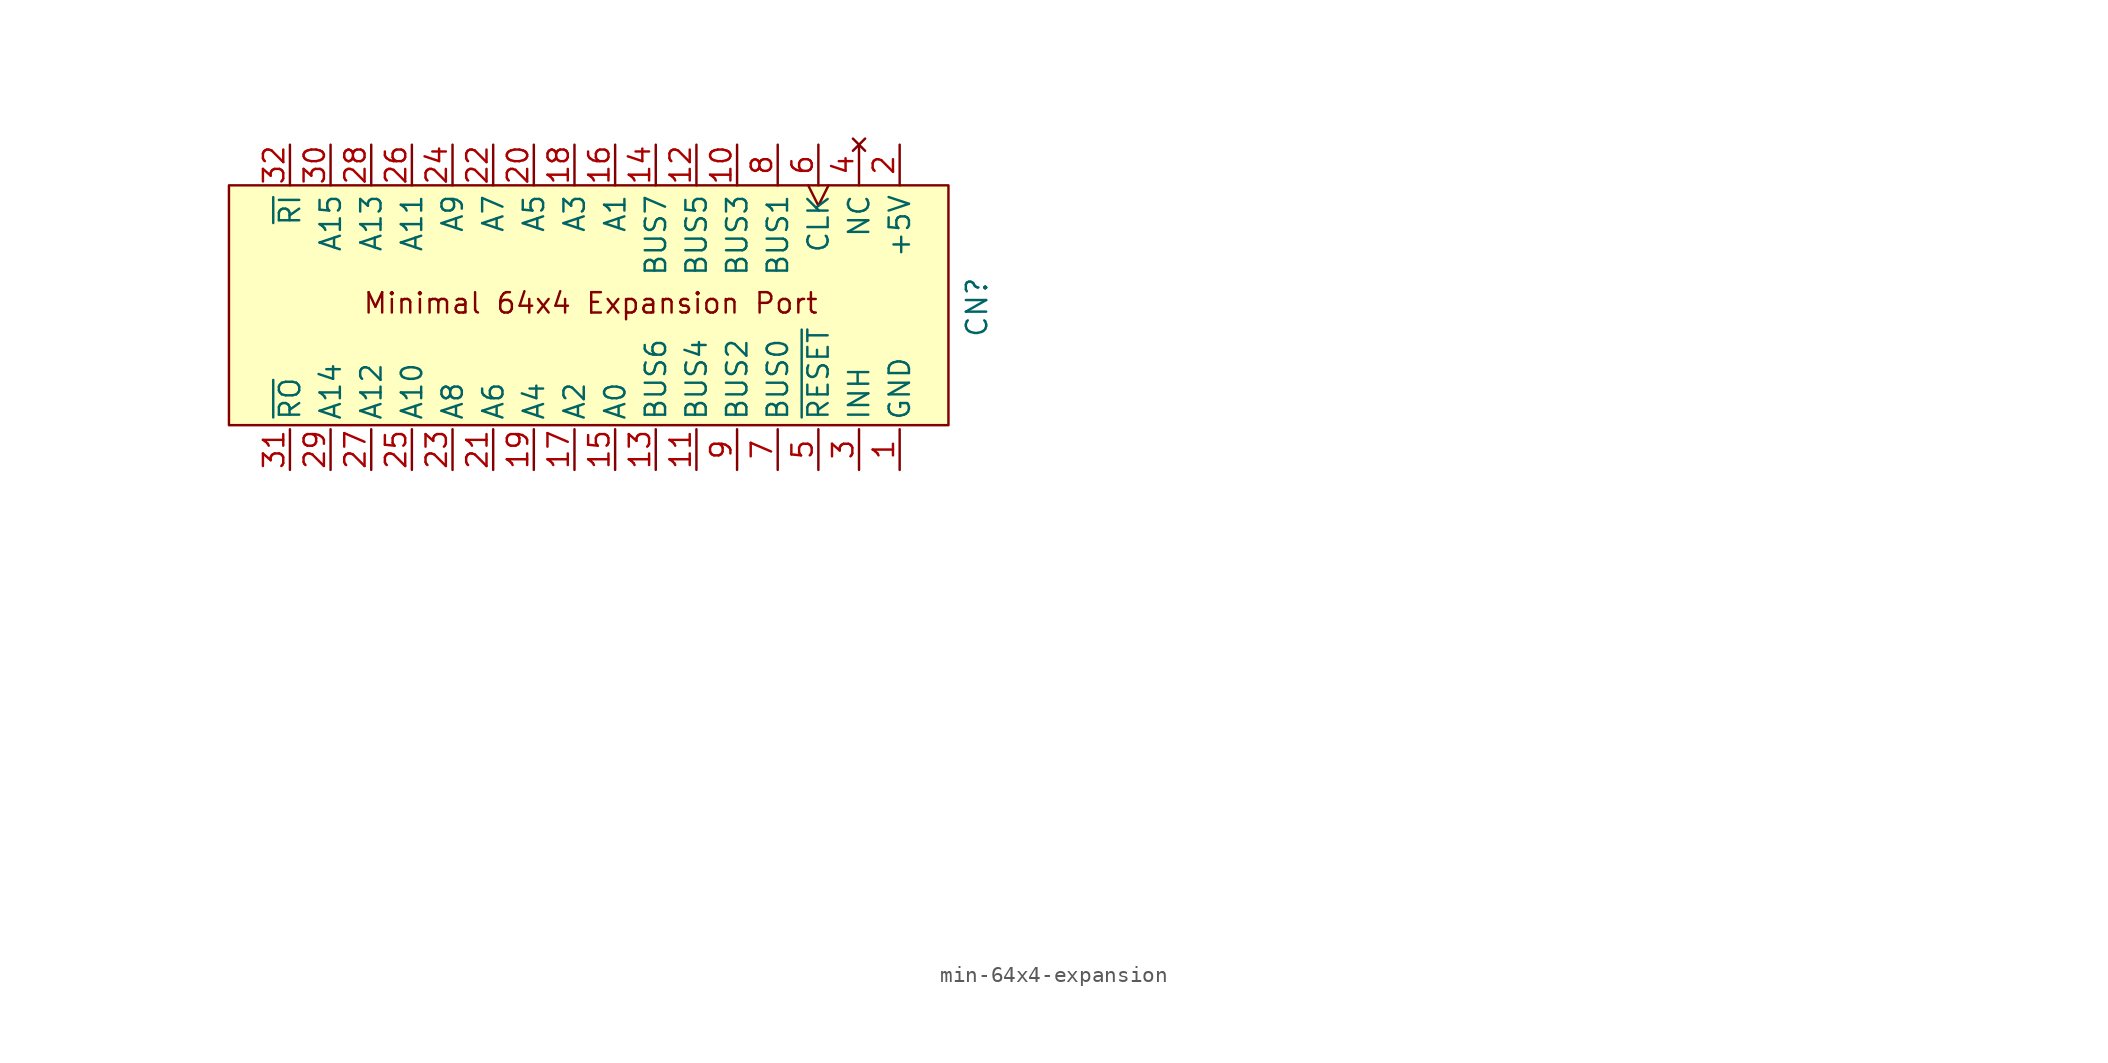
<source format=kicad_sym>
(kicad_symbol_lib
  (version 20231120)
  (generator "kicad_symbol_editor")
  (generator_version "8.0")
  (symbol "min-64x4-expansion"
    (property "Reference" "CN"
      (at 23.876 0 90)
      (effects (font (size 1.27 1.27))))
    (property "Value" ""
      (at 80.01 -35.814 0)
      (effects (font (size 1.27 1.27))))
    (symbol "min-64x4-expansion_0_0"
      (pin power_in line (at 19.05 -10.16 90) (length 2.54) (name "GND" (effects (font (size 1.27 1.27)))) (number "1" (effects (font (size 1.27 1.27)))))
      (pin bidirectional line (at 8.89 10.16 270) (length 2.54) (name "BUS3" (effects (font (size 1.27 1.27)))) (number "10" (effects (font (size 1.27 1.27)))))
      (pin bidirectional line (at 6.35 -10.16 90) (length 2.54) (name "BUS4" (effects (font (size 1.27 1.27)))) (number "11" (effects (font (size 1.27 1.27)))))
      (pin bidirectional line (at 6.35 10.16 270) (length 2.54) (name "BUS5" (effects (font (size 1.27 1.27)))) (number "12" (effects (font (size 1.27 1.27)))))
      (pin bidirectional line (at 3.81 -10.16 90) (length 2.54) (name "BUS6" (effects (font (size 1.27 1.27)))) (number "13" (effects (font (size 1.27 1.27)))))
      (pin bidirectional line (at 3.81 10.16 270) (length 2.54) (name "BUS7" (effects (font (size 1.27 1.27)))) (number "14" (effects (font (size 1.27 1.27)))))
      (pin output line (at 1.27 -10.16 90) (length 2.54) (name "A0" (effects (font (size 1.27 1.27)))) (number "15" (effects (font (size 1.27 1.27)))))
      (pin output line (at 1.27 10.16 270) (length 2.54) (name "A1" (effects (font (size 1.27 1.27)))) (number "16" (effects (font (size 1.27 1.27)))))
      (pin output line (at -1.27 -10.16 90) (length 2.54) (name "A2" (effects (font (size 1.27 1.27)))) (number "17" (effects (font (size 1.27 1.27)))))
      (pin output line (at -3.81 -10.16 90) (length 2.54) (name "A4" (effects (font (size 1.27 1.27)))) (number "19" (effects (font (size 1.27 1.27)))))
      (pin power_in line (at 19.05 10.16 270) (length 2.54) (name "+5V" (effects (font (size 1.27 1.27)))) (number "2" (effects (font (size 1.27 1.27)))))
      (pin output line (at -3.81 10.16 270) (length 2.54) (name "A5" (effects (font (size 1.27 1.27)))) (number "20" (effects (font (size 1.27 1.27)))))
      (pin output line (at -6.35 -10.16 90) (length 2.54) (name "A6" (effects (font (size 1.27 1.27)))) (number "21" (effects (font (size 1.27 1.27)))))
      (pin output line (at -6.35 10.16 270) (length 2.54) (name "A7" (effects (font (size 1.27 1.27)))) (number "22" (effects (font (size 1.27 1.27)))))
      (pin output line (at -8.89 -10.16 90) (length 2.54) (name "A8" (effects (font (size 1.27 1.27)))) (number "23" (effects (font (size 1.27 1.27)))))
      (pin output line (at -8.89 10.16 270) (length 2.54) (name "A9" (effects (font (size 1.27 1.27)))) (number "24" (effects (font (size 1.27 1.27)))))
      (pin output line (at -11.43 -10.16 90) (length 2.54) (name "A10" (effects (font (size 1.27 1.27)))) (number "25" (effects (font (size 1.27 1.27)))))
      (pin output line (at -11.43 10.16 270) (length 2.54) (name "A11" (effects (font (size 1.27 1.27)))) (number "26" (effects (font (size 1.27 1.27)))))
      (pin output line (at -13.97 -10.16 90) (length 2.54) (name "A12" (effects (font (size 1.27 1.27)))) (number "27" (effects (font (size 1.27 1.27)))))
      (pin output line (at -13.97 10.16 270) (length 2.54) (name "A13" (effects (font (size 1.27 1.27)))) (number "28" (effects (font (size 1.27 1.27)))))
      (pin output line (at -16.51 -10.16 90) (length 2.54) (name "A14" (effects (font (size 1.27 1.27)))) (number "29" (effects (font (size 1.27 1.27)))))
      (pin input line (at 16.51 -10.16 90) (length 2.54) (name "INH" (effects (font (size 1.27 1.27)))) (number "3" (effects (font (size 1.27 1.27)))))
      (pin output line (at -19.05 -10.16 90) (length 2.54) (name "~{RO}" (effects (font (size 1.27 1.27)))) (number "31" (effects (font (size 1.27 1.27)))))
      (pin output line (at -19.05 10.16 270) (length 2.54) (name "~{RI}" (effects (font (size 1.27 1.27)))) (number "32" (effects (font (size 1.27 1.27)))))
      (pin no_connect line (at 16.51 10.16 270) (length 2.54) (name "NC" (effects (font (size 1.27 1.27)))) (number "4" (effects (font (size 1.27 1.27)))))
      (pin bidirectional line (at 13.97 -10.16 90) (length 2.54) (name "~{RESET}" (effects (font (size 1.27 1.27)))) (number "5" (effects (font (size 1.27 1.27)))))
      (pin output clock (at 13.97 10.16 270) (length 2.54) (name "CLK" (effects (font (size 1.27 1.27)))) (number "6" (effects (font (size 1.27 1.27)))))
      (pin bidirectional line (at 11.43 -10.16 90) (length 2.54) (name "BUS0" (effects (font (size 1.27 1.27)))) (number "7" (effects (font (size 1.27 1.27)))))
      (pin bidirectional line (at 11.43 10.16 270) (length 2.54) (name "BUS1" (effects (font (size 1.27 1.27)))) (number "8" (effects (font (size 1.27 1.27)))))
      (pin bidirectional line (at 8.89 -10.16 90) (length 2.54) (name "BUS2" (effects (font (size 1.27 1.27)))) (number "9" (effects (font (size 1.27 1.27))))))
    (symbol "min-64x4-expansion_1_0"
      (pin output line (at -1.27 10.16 270) (length 2.54) (name "A3" (effects (font (size 1.27 1.27)))) (number "18" (effects (font (size 1.27 1.27)))))
      (pin output line (at -16.51 10.16 270) (length 2.54) (name "A15" (effects (font (size 1.27 1.27)))) (number "30" (effects (font (size 1.27 1.27))))))
    (symbol "min-64x4-expansion_1_1"
      (rectangle (start -22.86 7.62) (end 22.098 -7.366) (stroke (width 0) (type default)) (fill (type background)))
      (text "Minimal 64x4 Expansion Port" (at -0.254 0.254 0) (effects (font (size 1.27 1.27)))))))
</source>
